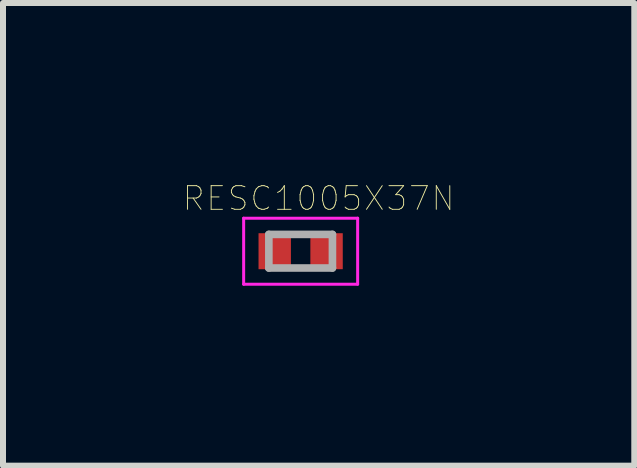
<source format=kicad_pcb>
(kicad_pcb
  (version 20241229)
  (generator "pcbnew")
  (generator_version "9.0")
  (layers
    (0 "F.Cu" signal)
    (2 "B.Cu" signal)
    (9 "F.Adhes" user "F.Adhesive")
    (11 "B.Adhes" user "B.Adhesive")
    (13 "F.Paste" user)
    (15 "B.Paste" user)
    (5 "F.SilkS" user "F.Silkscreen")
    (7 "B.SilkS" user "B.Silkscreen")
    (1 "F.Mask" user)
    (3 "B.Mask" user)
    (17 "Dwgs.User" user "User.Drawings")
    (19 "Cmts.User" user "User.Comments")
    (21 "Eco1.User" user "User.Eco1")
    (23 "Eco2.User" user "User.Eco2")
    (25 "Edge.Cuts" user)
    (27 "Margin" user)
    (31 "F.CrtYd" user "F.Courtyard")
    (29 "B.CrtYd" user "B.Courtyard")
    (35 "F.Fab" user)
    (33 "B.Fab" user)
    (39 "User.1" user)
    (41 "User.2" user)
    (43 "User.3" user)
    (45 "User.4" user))
  (footprint "RESC1005X37N"
    (layer "F.Cu")
    (at 1.961 1.137)
    (property "Reference" "RESC1005X37N" (at 0.3 -0.88 0) (layer "F.SilkS") (effects (font (size 0.394 0.394) (thickness 0.015))))
    (attr through_hole)
    (fp_line (start -0.95 -0.55) (end 0.95 -0.55) (stroke (width 0.05) (type solid)) (layer "F.CrtYd"))
    (fp_line (start -0.95 0.55) (end -0.95 -0.55) (stroke (width 0.05) (type solid)) (layer "F.CrtYd"))
    (fp_line (start -0.95 0.55) (end 0.95 0.55) (stroke (width 0.05) (type solid)) (layer "F.CrtYd"))
    (fp_line (start 0.95 0.55) (end 0.95 -0.55) (stroke (width 0.05) (type solid)) (layer "F.CrtYd"))
    (fp_line (start -0.53 0.28) (end -0.53 -0.28) (stroke (width 0.127) (type solid)) (layer "F.Fab"))
    (fp_line (start 0.53 -0.28) (end -0.53 -0.28) (stroke (width 0.127) (type solid)) (layer "F.Fab"))
    (fp_line (start 0.53 0.28) (end -0.53 0.28) (stroke (width 0.127) (type solid)) (layer "F.Fab"))
    (fp_line (start 0.53 0.28) (end 0.53 -0.28) (stroke (width 0.127) (type solid)) (layer "F.Fab"))
    (pad "1" smd rect (at -0.432 0) (size 0.54 0.6) (layers "F.Cu" "F.Mask" "F.Paste"))
    (pad "2" smd rect (at 0.432 0) (size 0.54 0.6) (layers "F.Cu" "F.Mask" "F.Paste")))
  (gr_rect
    (start -3 -3)
    (end 7.522 4.712)
    (stroke (width 0.1) (type default))
    (fill no)
    (layer "Edge.Cuts")))
</source>
